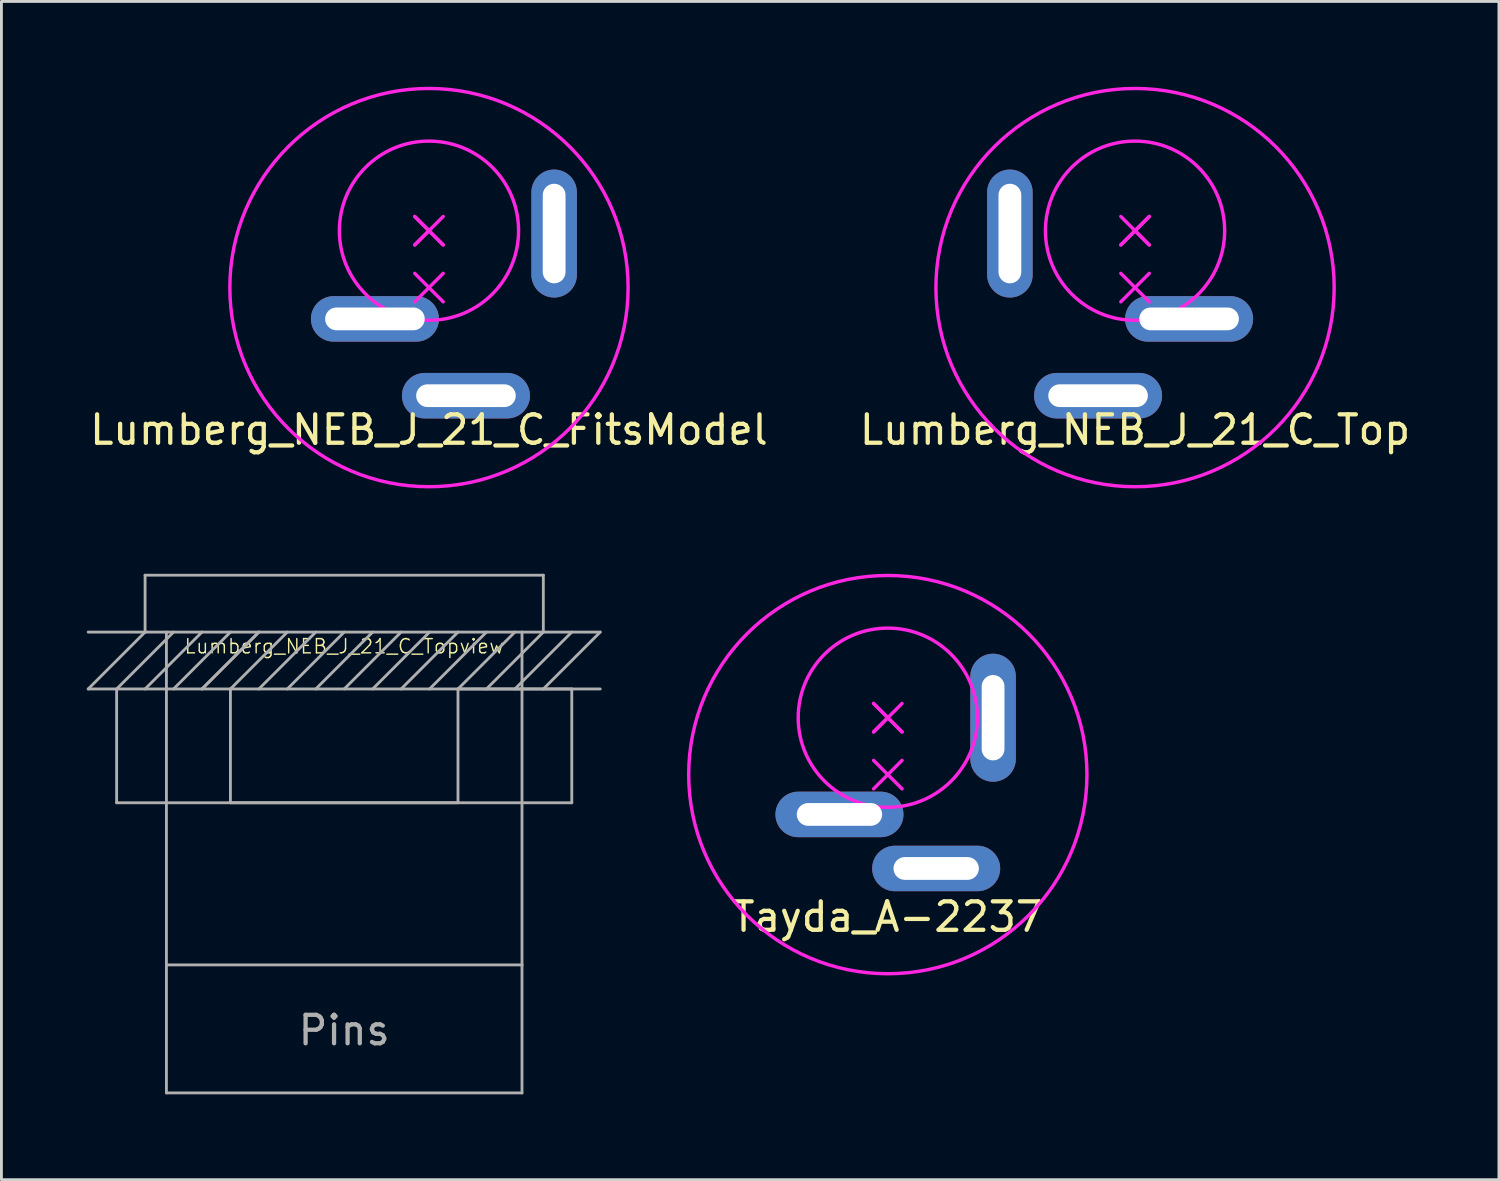
<source format=kicad_pcb>
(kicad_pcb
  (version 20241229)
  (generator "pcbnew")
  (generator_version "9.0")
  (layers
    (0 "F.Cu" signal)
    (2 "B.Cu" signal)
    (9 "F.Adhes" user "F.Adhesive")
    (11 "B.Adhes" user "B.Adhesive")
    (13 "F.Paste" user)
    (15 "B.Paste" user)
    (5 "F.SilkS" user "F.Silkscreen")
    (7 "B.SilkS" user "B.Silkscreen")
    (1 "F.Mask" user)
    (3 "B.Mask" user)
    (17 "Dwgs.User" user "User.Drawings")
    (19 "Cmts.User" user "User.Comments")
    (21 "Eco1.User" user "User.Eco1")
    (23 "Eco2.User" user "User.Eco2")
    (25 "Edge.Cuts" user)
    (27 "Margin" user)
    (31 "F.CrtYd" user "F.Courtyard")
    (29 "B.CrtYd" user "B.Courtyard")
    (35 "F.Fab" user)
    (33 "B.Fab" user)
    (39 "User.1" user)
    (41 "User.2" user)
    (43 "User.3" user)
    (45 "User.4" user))
  (footprint "Lumberg_NEB_J_21_C_Topview"
    (layer "F.Cu")
    (at 9.05 19.17)
    (property "Reference" "Lumberg_NEB_J_21_C_Topview" (at 0 0.5 0) (layer "F.SilkS") (effects (font (size 0.5 0.5) (thickness 0.05))))
    (attr through_hole)
    (fp_line (start -9 2) (end -7 0) (stroke (width 0.1) (type solid)) (layer "F.Fab"))
    (fp_line (start -8 2) (end -8 6) (stroke (width 0.1) (type solid)) (layer "F.Fab"))
    (fp_line (start -8 2) (end -6 0) (stroke (width 0.1) (type solid)) (layer "F.Fab"))
    (fp_line (start -8 6) (end 8 6) (stroke (width 0.1) (type solid)) (layer "F.Fab"))
    (fp_line (start -7 -2) (end 7 -2) (stroke (width 0.1) (type solid)) (layer "F.Fab"))
    (fp_line (start -7 0) (end -9 0) (stroke (width 0.1) (type solid)) (layer "F.Fab"))
    (fp_line (start -7 0) (end -7 -2) (stroke (width 0.1) (type solid)) (layer "F.Fab"))
    (fp_line (start -7 2) (end -5 0) (stroke (width 0.1) (type solid)) (layer "F.Fab"))
    (fp_line (start -6.25 0) (end -6.25 11.7) (stroke (width 0.1) (type solid)) (layer "F.Fab"))
    (fp_line (start -6.25 11.7) (end -6.25 16.2) (stroke (width 0.1) (type solid)) (layer "F.Fab"))
    (fp_line (start -6.25 11.7) (end 6.25 11.7) (stroke (width 0.1) (type solid)) (layer "F.Fab"))
    (fp_line (start -6.25 16.2) (end 6.25 16.2) (stroke (width 0.1) (type solid)) (layer "F.Fab"))
    (fp_line (start -6 2) (end -4 0) (stroke (width 0.1) (type solid)) (layer "F.Fab"))
    (fp_line (start -5 2) (end -3 0) (stroke (width 0.1) (type solid)) (layer "F.Fab"))
    (fp_line (start -5 2) (end -3 0) (stroke (width 0.1) (type solid)) (layer "F.Fab"))
    (fp_line (start -4 2) (end -2 0) (stroke (width 0.1) (type solid)) (layer "F.Fab"))
    (fp_line (start -4 6) (end -4 2) (stroke (width 0.1) (type solid)) (layer "F.Fab"))
    (fp_line (start -3 2) (end -1 0) (stroke (width 0.1) (type solid)) (layer "F.Fab"))
    (fp_line (start -2 2) (end 0 0) (stroke (width 0.1) (type solid)) (layer "F.Fab"))
    (fp_line (start -1 2) (end 1 0) (stroke (width 0.1) (type solid)) (layer "F.Fab"))
    (fp_line (start 0 2) (end 2 0) (stroke (width 0.1) (type solid)) (layer "F.Fab"))
    (fp_line (start 1 2) (end 3 0) (stroke (width 0.1) (type solid)) (layer "F.Fab"))
    (fp_line (start 2 2) (end 4 0) (stroke (width 0.1) (type solid)) (layer "F.Fab"))
    (fp_line (start 3 2) (end 5 0) (stroke (width 0.1) (type solid)) (layer "F.Fab"))
    (fp_line (start 4 2) (end 4 6) (stroke (width 0.1) (type solid)) (layer "F.Fab"))
    (fp_line (start 4 2) (end 6 0) (stroke (width 0.1) (type solid)) (layer "F.Fab"))
    (fp_line (start 4 6) (end -4 6) (stroke (width 0.1) (type solid)) (layer "F.Fab"))
    (fp_line (start 5 2) (end 7 0) (stroke (width 0.1) (type solid)) (layer "F.Fab"))
    (fp_line (start 6 2) (end 8 0) (stroke (width 0.1) (type solid)) (layer "F.Fab"))
    (fp_line (start 6.25 11.7) (end 6.25 0) (stroke (width 0.1) (type solid)) (layer "F.Fab"))
    (fp_line (start 6.25 16.2) (end 6.25 11.7) (stroke (width 0.1) (type solid)) (layer "F.Fab"))
    (fp_line (start 7 -2) (end 7 0) (stroke (width 0.1) (type solid)) (layer "F.Fab"))
    (fp_line (start 7 0) (end -7 0) (stroke (width 0.1) (type solid)) (layer "F.Fab"))
    (fp_line (start 7 0) (end 9 0) (stroke (width 0.1) (type solid)) (layer "F.Fab"))
    (fp_line (start 7 2) (end 9 0) (stroke (width 0.1) (type solid)) (layer "F.Fab"))
    (fp_line (start 8 2) (end -9 2) (stroke (width 0.1) (type solid)) (layer "F.Fab"))
    (fp_line (start 8 6) (end 8 2) (stroke (width 0.1) (type solid)) (layer "F.Fab"))
    (fp_line (start 9 2) (end 4 2) (stroke (width 0.1) (type solid)) (layer "F.Fab"))
    (fp_text user "Pins" (at 0 14 0) (layer "F.Fab") (effects (font (size 1 1) (thickness 0.15)))))
  (footprint "Lumberg_NEB_J_21_C_FitsModel"
    (layer "F.Cu")
    (at 12.03 7.06)
    (property "Reference" "Lumberg_NEB_J_21_C_FitsModel" (at 0 5 0) (layer "F.SilkS") (effects (font (size 1 1) (thickness 0.15))))
    (attr through_hole)
    (fp_line (start -0.5 -2.5) (end 0 -2) (stroke (width 0.12) (type solid)) (layer "F.CrtYd"))
    (fp_line (start -0.5 -1.5) (end 0 -2) (stroke (width 0.12) (type solid)) (layer "F.CrtYd"))
    (fp_line (start -0.5 -0.5) (end 0.5 0.5) (stroke (width 0.12) (type solid)) (layer "F.CrtYd"))
    (fp_line (start 0 -2) (end -0.5 -2.5) (stroke (width 0.12) (type solid)) (layer "F.CrtYd"))
    (fp_line (start 0 -2) (end -0.5 -1.5) (stroke (width 0.12) (type solid)) (layer "F.CrtYd"))
    (fp_line (start 0 -2) (end 0.5 -2.5) (stroke (width 0.12) (type solid)) (layer "F.CrtYd"))
    (fp_line (start 0 -2) (end 0.5 -1.5) (stroke (width 0.12) (type solid)) (layer "F.CrtYd"))
    (fp_line (start 0 0) (end -0.5 0.5) (stroke (width 0.12) (type solid)) (layer "F.CrtYd"))
    (fp_line (start 0 0) (end 0.5 -0.5) (stroke (width 0.12) (type solid)) (layer "F.CrtYd"))
    (fp_line (start 0.5 -1.5) (end 0 -2) (stroke (width 0.12) (type solid)) (layer "F.CrtYd"))
    (fp_circle (center 0 -2) (end 0 -5.15) (stroke (width 0.12) (type solid)) (fill no) (layer "F.CrtYd"))
    (fp_circle (center 0 0) (end -7 0) (stroke (width 0.12) (type solid)) (fill no) (layer "F.CrtYd"))
    (pad "1" thru_hole oval (at 4.4 -1.9) (size 1.6 4.5) (drill oval 0.8 3.5) (layers "*.Cu" "*.Mask"))
    (pad "2" thru_hole oval (at 1.3 3.8) (size 4.5 1.6) (drill oval 3.5 0.8) (layers "*.Cu" "*.Mask"))
    (pad "3" thru_hole oval (at -1.9 1.1) (size 4.5 1.6) (drill oval 3.5 0.8) (layers "*.Cu" "*.Mask")))
  (footprint "Lumberg_NEB_J_21_C_Top"
    (layer "F.Cu")
    (at 36.851 7.06)
    (property "Reference" "Lumberg_NEB_J_21_C_Top" (at 0 5 0) (layer "F.SilkS") (effects (font (size 1 1) (thickness 0.15))))
    (attr through_hole)
    (fp_line (start -0.5 -1.5) (end 0 -2) (stroke (width 0.12) (type solid)) (layer "F.CrtYd"))
    (fp_line (start 0 -2) (end -0.5 -2.5) (stroke (width 0.12) (type solid)) (layer "F.CrtYd"))
    (fp_line (start 0 -2) (end -0.5 -1.5) (stroke (width 0.12) (type solid)) (layer "F.CrtYd"))
    (fp_line (start 0 -2) (end 0.5 -2.5) (stroke (width 0.12) (type solid)) (layer "F.CrtYd"))
    (fp_line (start 0 -2) (end 0.5 -1.5) (stroke (width 0.12) (type solid)) (layer "F.CrtYd"))
    (fp_line (start 0 0) (end -0.5 -0.5) (stroke (width 0.12) (type solid)) (layer "F.CrtYd"))
    (fp_line (start 0 0) (end 0.5 0.5) (stroke (width 0.12) (type solid)) (layer "F.CrtYd"))
    (fp_line (start 0.5 -2.5) (end 0 -2) (stroke (width 0.12) (type solid)) (layer "F.CrtYd"))
    (fp_line (start 0.5 -1.5) (end 0 -2) (stroke (width 0.12) (type solid)) (layer "F.CrtYd"))
    (fp_line (start 0.5 -0.5) (end -0.5 0.5) (stroke (width 0.12) (type solid)) (layer "F.CrtYd"))
    (fp_circle (center 0 -2) (end 0 -5.15) (stroke (width 0.12) (type solid)) (fill no) (layer "F.CrtYd"))
    (fp_circle (center 0 0) (end 7 0) (stroke (width 0.12) (type solid)) (fill no) (layer "F.CrtYd"))
    (pad "1" thru_hole oval (at -4.4 -1.9) (size 1.6 4.5) (drill oval 0.8 3.5) (layers "*.Cu" "*.Mask"))
    (pad "2" thru_hole oval (at -1.3 3.8) (size 4.5 1.6) (drill oval 3.5 0.8) (layers "*.Cu" "*.Mask"))
    (pad "3" thru_hole oval (at 1.9 1.1) (size 4.5 1.6) (drill oval 3.5 0.8) (layers "*.Cu" "*.Mask")))
  (footprint "Tayda_A-2237"
    (layer "F.Cu")
    (at 28.16 24.18)
    (property "Reference" "Tayda_A-2237" (at 0 5 0) (layer "F.SilkS") (effects (font (size 1 1) (thickness 0.15))))
    (attr through_hole)
    (fp_line (start -0.5 -2.5) (end 0 -2) (stroke (width 0.12) (type solid)) (layer "F.CrtYd"))
    (fp_line (start -0.5 -1.5) (end 0 -2) (stroke (width 0.12) (type solid)) (layer "F.CrtYd"))
    (fp_line (start -0.5 -0.5) (end 0.5 0.5) (stroke (width 0.12) (type solid)) (layer "F.CrtYd"))
    (fp_line (start 0 -2) (end -0.5 -2.5) (stroke (width 0.12) (type solid)) (layer "F.CrtYd"))
    (fp_line (start 0 -2) (end -0.5 -1.5) (stroke (width 0.12) (type solid)) (layer "F.CrtYd"))
    (fp_line (start 0 -2) (end 0.5 -2.5) (stroke (width 0.12) (type solid)) (layer "F.CrtYd"))
    (fp_line (start 0 -2) (end 0.5 -1.5) (stroke (width 0.12) (type solid)) (layer "F.CrtYd"))
    (fp_line (start 0 0) (end -0.5 0.5) (stroke (width 0.12) (type solid)) (layer "F.CrtYd"))
    (fp_line (start 0 0) (end 0.5 -0.5) (stroke (width 0.12) (type solid)) (layer "F.CrtYd"))
    (fp_line (start 0.5 -1.5) (end 0 -2) (stroke (width 0.12) (type solid)) (layer "F.CrtYd"))
    (fp_circle (center 0 -2) (end 0 -5.15) (stroke (width 0.12) (type solid)) (fill no) (layer "F.CrtYd"))
    (fp_circle (center 0 0) (end -7 0) (stroke (width 0.12) (type solid)) (fill no) (layer "F.CrtYd"))
    (pad "1" thru_hole oval (at -1.7 1.4) (size 4.5 1.6) (drill oval 3 0.8) (layers "*.Cu" "*.Mask"))
    (pad "2" thru_hole oval (at 1.7 3.3) (size 4.5 1.6) (drill oval 3 0.8) (layers "*.Cu" "*.Mask"))
    (pad "3" thru_hole oval (at 3.7 -2) (size 1.6 4.5) (drill oval 0.8 3) (layers "*.Cu" "*.Mask")))
  (gr_rect
    (start -3 -3)
    (end 49.643 38.42)
    (stroke (width 0.1) (type default))
    (fill no)
    (layer "Edge.Cuts")))
</source>
